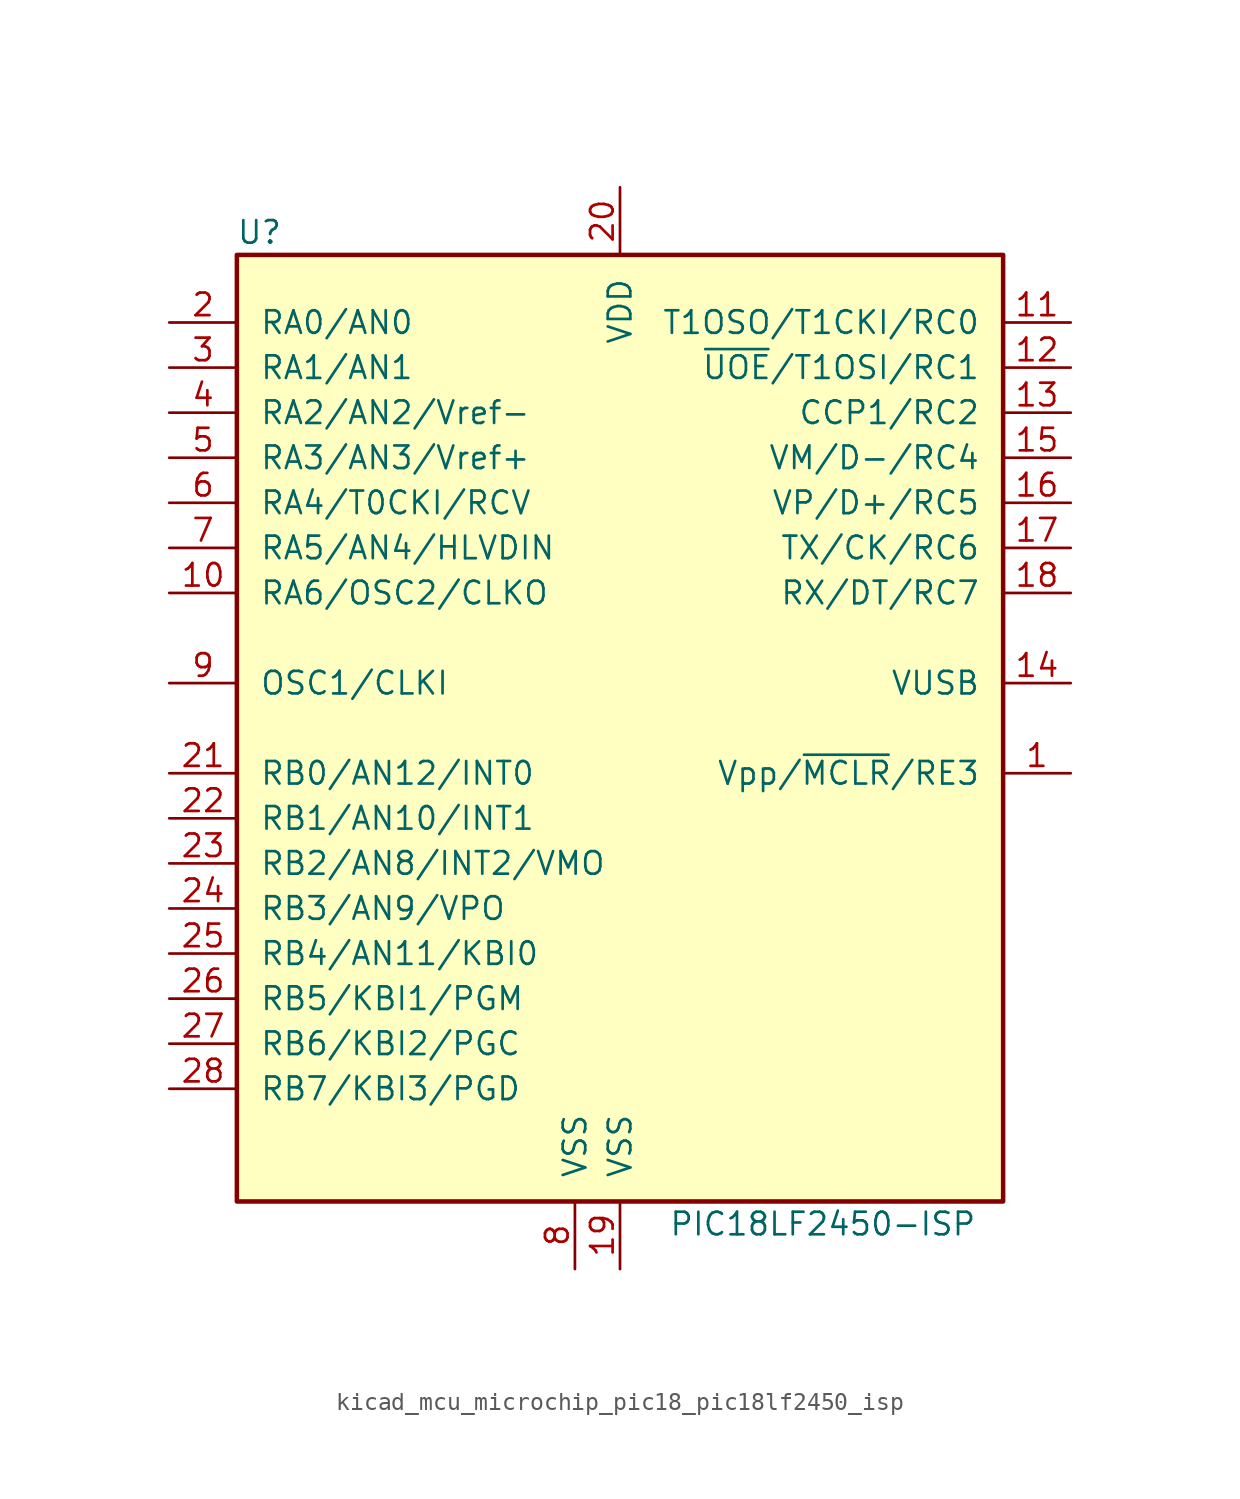
<source format=kicad_sym>
(kicad_symbol_lib
  (version 20220914)
  (generator kicad_symbol_editor)
  (symbol "kicad_mcu_microchip_pic18_pic18lf2450_isp"
    (pin_names
      (offset 1.27))
    (property "Reference" "U"
      (at -20.32 27.94 0)
      (effects (font (size 1.27 1.27))))
    (property "Value" "PIC18LF2450-ISP"
      (at 11.43 -27.94 0)
      (effects (font (size 1.27 1.27))))
    (symbol "kicad_mcu_microchip_pic18_pic18lf2450_isp_0_1"
      (rectangle (start -21.59 26.67) (end 21.59 -26.67) (stroke (width 0.254) (type default)) (fill (type background))))
    (symbol "kicad_mcu_microchip_pic18_pic18lf2450_isp_1_1"
      (pin input line (at 25.4 -2.54 180) (length 3.81) (name "Vpp/~{MCLR}/RE3" (effects (font (size 1.27 1.27)))) (number "1" (effects (font (size 1.27 1.27)))))
      (pin output line (at -25.4 7.62 0) (length 3.81) (name "RA6/OSC2/CLKO" (effects (font (size 1.27 1.27)))) (number "10" (effects (font (size 1.27 1.27)))))
      (pin bidirectional line (at 25.4 22.86 180) (length 3.81) (name "T1OSO/T1CKI/RC0" (effects (font (size 1.27 1.27)))) (number "11" (effects (font (size 1.27 1.27)))))
      (pin bidirectional line (at 25.4 20.32 180) (length 3.81) (name "~{UOE}/T1OSI/RC1" (effects (font (size 1.27 1.27)))) (number "12" (effects (font (size 1.27 1.27)))))
      (pin bidirectional line (at 25.4 17.78 180) (length 3.81) (name "CCP1/RC2" (effects (font (size 1.27 1.27)))) (number "13" (effects (font (size 1.27 1.27)))))
      (pin bidirectional line (at 25.4 2.54 180) (length 3.81) (name "VUSB" (effects (font (size 1.27 1.27)))) (number "14" (effects (font (size 1.27 1.27)))))
      (pin bidirectional line (at 25.4 15.24 180) (length 3.81) (name "VM/D-/RC4" (effects (font (size 1.27 1.27)))) (number "15" (effects (font (size 1.27 1.27)))))
      (pin bidirectional line (at 25.4 12.7 180) (length 3.81) (name "VP/D+/RC5" (effects (font (size 1.27 1.27)))) (number "16" (effects (font (size 1.27 1.27)))))
      (pin bidirectional line (at 25.4 10.16 180) (length 3.81) (name "TX/CK/RC6" (effects (font (size 1.27 1.27)))) (number "17" (effects (font (size 1.27 1.27)))))
      (pin bidirectional line (at 25.4 7.62 180) (length 3.81) (name "RX/DT/RC7" (effects (font (size 1.27 1.27)))) (number "18" (effects (font (size 1.27 1.27)))))
      (pin power_in line (at 0 -30.48 90) (length 3.81) (name "VSS" (effects (font (size 1.27 1.27)))) (number "19" (effects (font (size 1.27 1.27)))))
      (pin bidirectional line (at -25.4 22.86 0) (length 3.81) (name "RA0/AN0" (effects (font (size 1.27 1.27)))) (number "2" (effects (font (size 1.27 1.27)))))
      (pin power_in line (at 0 30.48 270) (length 3.81) (name "VDD" (effects (font (size 1.27 1.27)))) (number "20" (effects (font (size 1.27 1.27)))))
      (pin bidirectional line (at -25.4 -2.54 0) (length 3.81) (name "RB0/AN12/INT0" (effects (font (size 1.27 1.27)))) (number "21" (effects (font (size 1.27 1.27)))))
      (pin bidirectional line (at -25.4 -5.08 0) (length 3.81) (name "RB1/AN10/INT1" (effects (font (size 1.27 1.27)))) (number "22" (effects (font (size 1.27 1.27)))))
      (pin bidirectional line (at -25.4 -7.62 0) (length 3.81) (name "RB2/AN8/INT2/VMO" (effects (font (size 1.27 1.27)))) (number "23" (effects (font (size 1.27 1.27)))))
      (pin bidirectional line (at -25.4 -10.16 0) (length 3.81) (name "RB3/AN9/VPO" (effects (font (size 1.27 1.27)))) (number "24" (effects (font (size 1.27 1.27)))))
      (pin bidirectional line (at -25.4 -12.7 0) (length 3.81) (name "RB4/AN11/KBI0" (effects (font (size 1.27 1.27)))) (number "25" (effects (font (size 1.27 1.27)))))
      (pin bidirectional line (at -25.4 -15.24 0) (length 3.81) (name "RB5/KBI1/PGM" (effects (font (size 1.27 1.27)))) (number "26" (effects (font (size 1.27 1.27)))))
      (pin bidirectional line (at -25.4 -17.78 0) (length 3.81) (name "RB6/KBI2/PGC" (effects (font (size 1.27 1.27)))) (number "27" (effects (font (size 1.27 1.27)))))
      (pin bidirectional line (at -25.4 -20.32 0) (length 3.81) (name "RB7/KBI3/PGD" (effects (font (size 1.27 1.27)))) (number "28" (effects (font (size 1.27 1.27)))))
      (pin bidirectional line (at -25.4 20.32 0) (length 3.81) (name "RA1/AN1" (effects (font (size 1.27 1.27)))) (number "3" (effects (font (size 1.27 1.27)))))
      (pin bidirectional line (at -25.4 17.78 0) (length 3.81) (name "RA2/AN2/Vref-" (effects (font (size 1.27 1.27)))) (number "4" (effects (font (size 1.27 1.27)))))
      (pin bidirectional line (at -25.4 15.24 0) (length 3.81) (name "RA3/AN3/Vref+" (effects (font (size 1.27 1.27)))) (number "5" (effects (font (size 1.27 1.27)))))
      (pin bidirectional line (at -25.4 12.7 0) (length 3.81) (name "RA4/T0CKI/RCV" (effects (font (size 1.27 1.27)))) (number "6" (effects (font (size 1.27 1.27)))))
      (pin bidirectional line (at -25.4 10.16 0) (length 3.81) (name "RA5/AN4/HLVDIN" (effects (font (size 1.27 1.27)))) (number "7" (effects (font (size 1.27 1.27)))))
      (pin power_in line (at -2.54 -30.48 90) (length 3.81) (name "VSS" (effects (font (size 1.27 1.27)))) (number "8" (effects (font (size 1.27 1.27)))))
      (pin input line (at -25.4 2.54 0) (length 3.81) (name "OSC1/CLKI" (effects (font (size 1.27 1.27)))) (number "9" (effects (font (size 1.27 1.27))))))))
</source>
